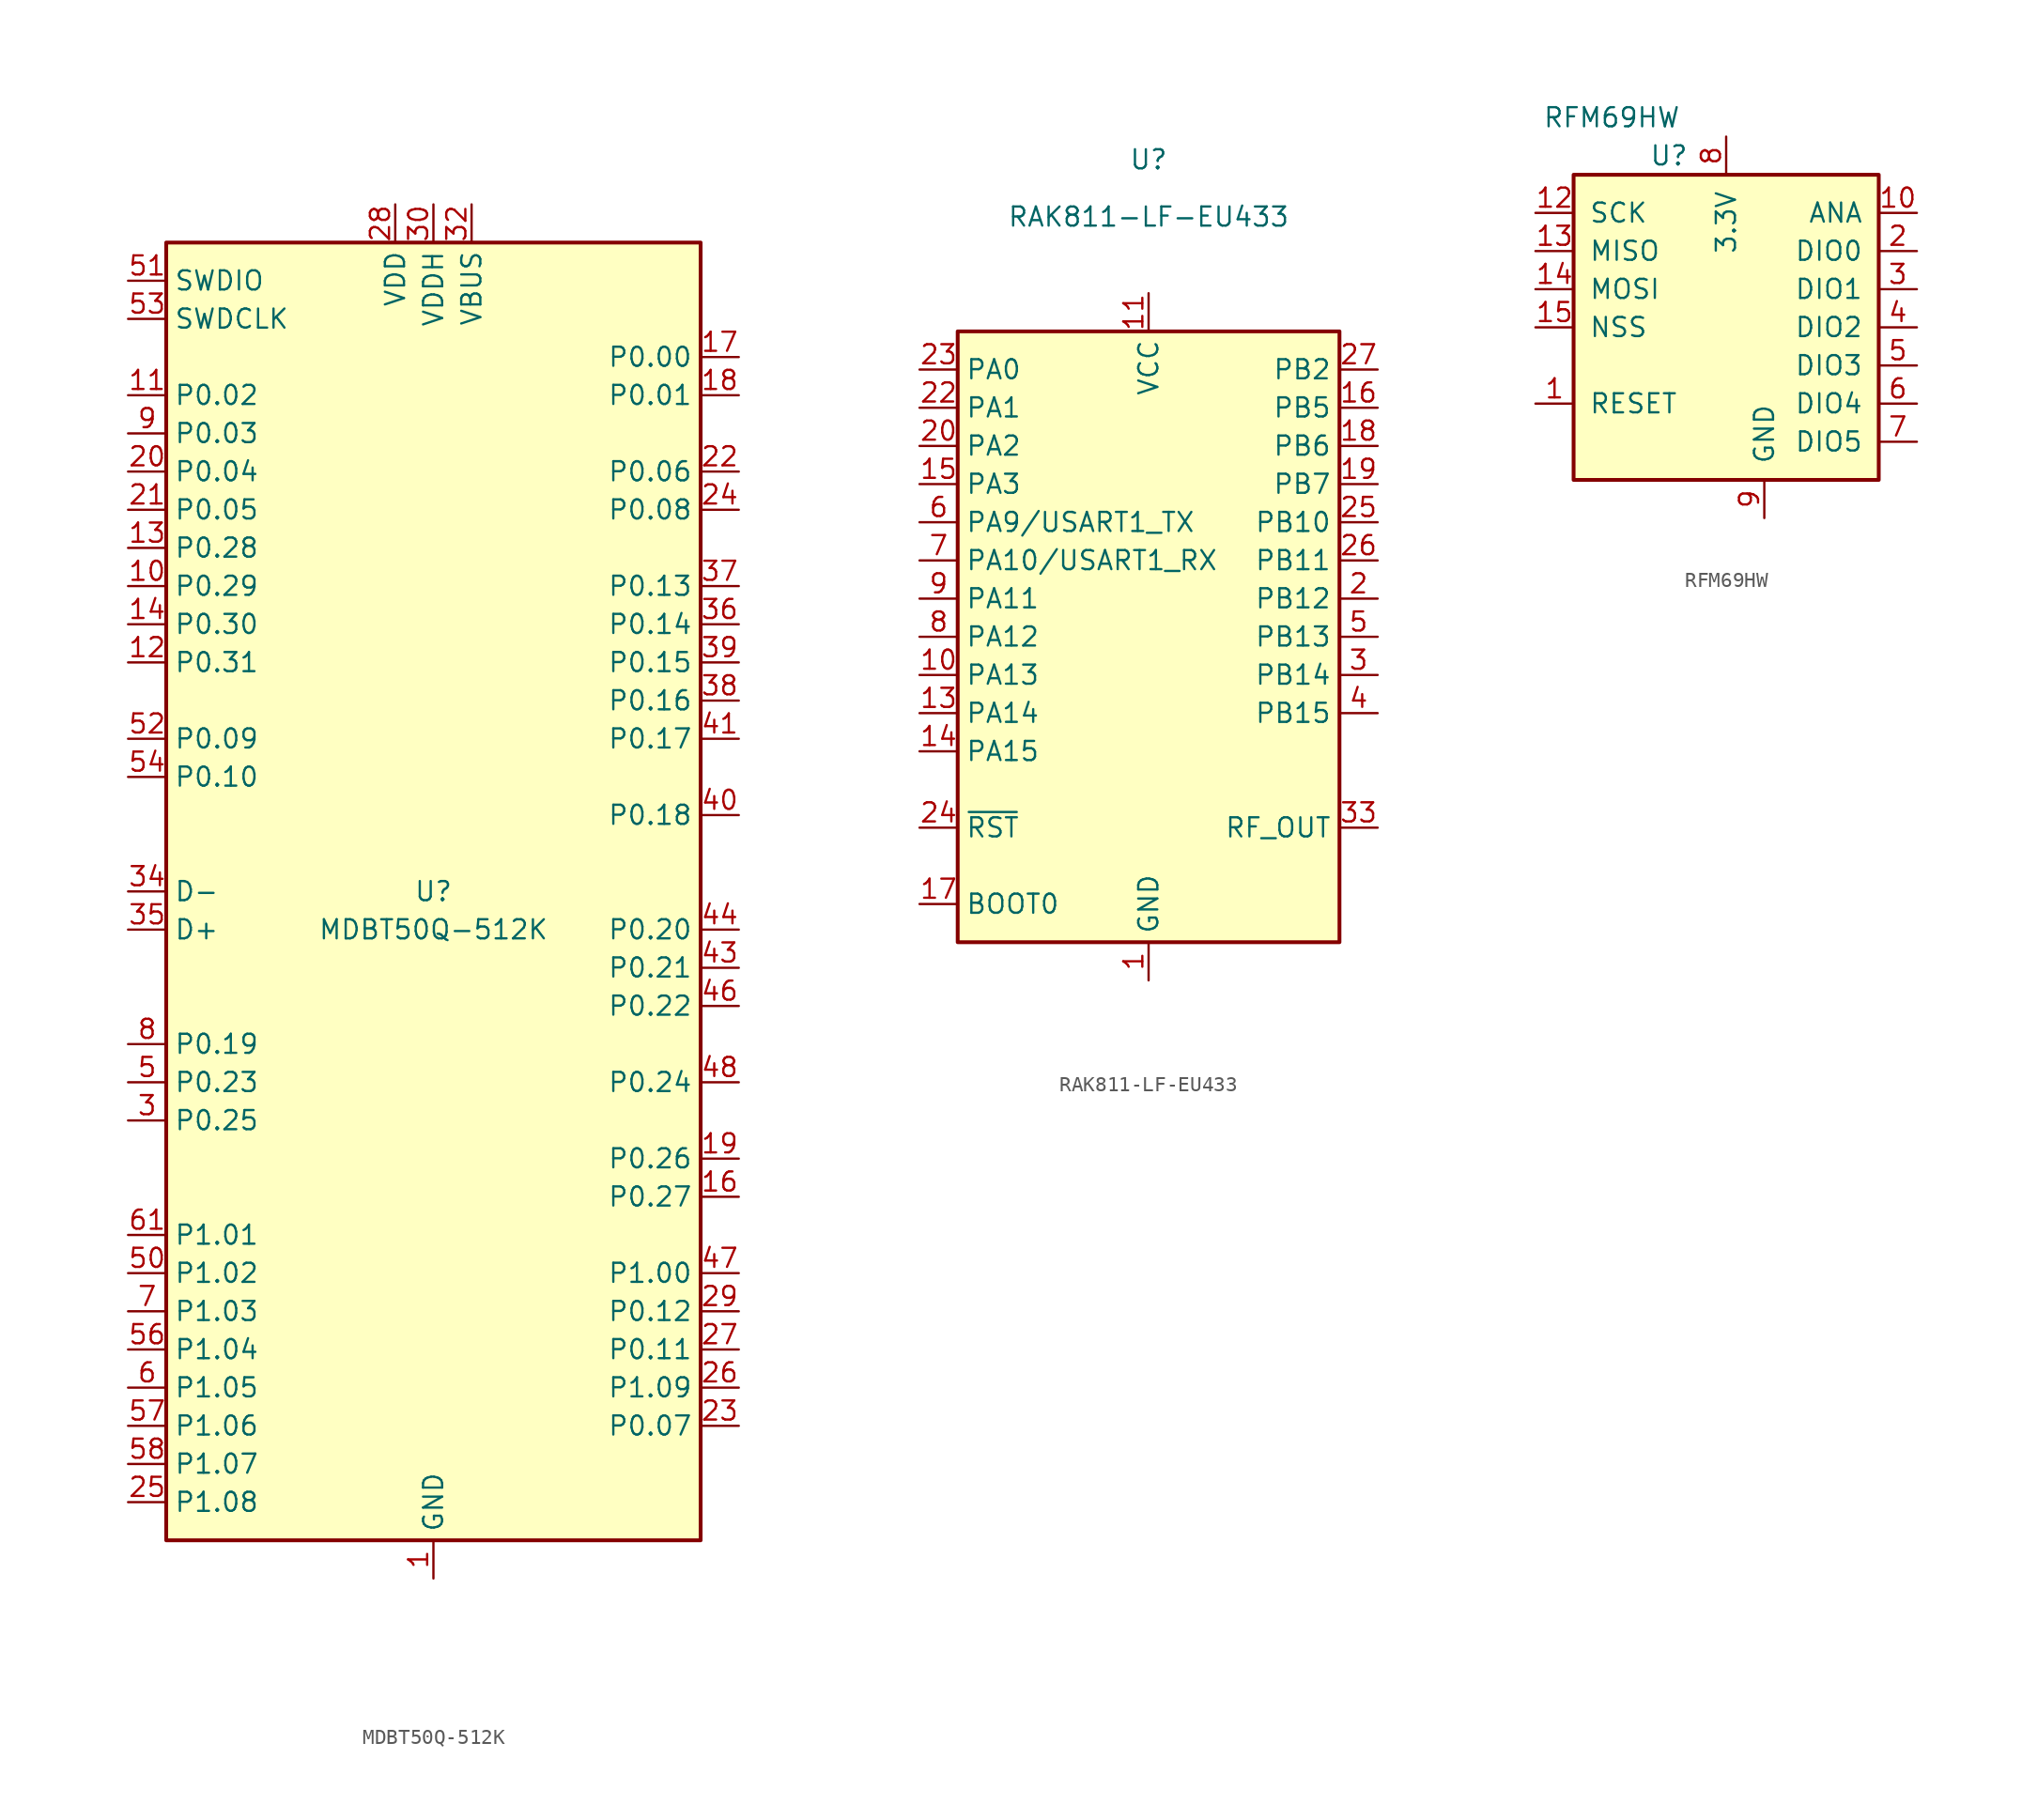
<source format=kicad_sym>
(kicad_symbol_lib
  (version 20231120)
  (generator "kicad_symbol_editor")
  (generator_version "8.0")
  (symbol "MDBT50Q-512K"
    (property "Reference" "U"
      (at 0 0 0)
      (effects (font (size 1.27 1.27))))
    (property "Value" "MDBT50Q-512K"
      (at 0 -2.54 0)
      (effects (font (size 1.27 1.27))))
    (symbol "MDBT50Q-512K_0_1"
      (rectangle (start -17.78 43.18) (end 17.78 -43.18) (stroke (width 0.254) (type default)) (fill (type background))))
    (symbol "MDBT50Q-512K_1_1"
      (pin power_in line (at 0 -45.72 90) (length 2.54) (name "GND" (effects (font (size 1.27 1.27)))) (number "1" (effects (font (size 1.27 1.27)))))
      (pin bidirectional line (at -20.32 20.32 0) (length 2.54) (name "P0.29" (effects (font (size 1.27 1.27)))) (number "10" (effects (font (size 1.27 1.27)))) (alternate "AIN5" input line))
      (pin bidirectional line (at -20.32 33.02 0) (length 2.54) (name "P0.02" (effects (font (size 1.27 1.27)))) (number "11" (effects (font (size 1.27 1.27)))) (alternate "AIN0" input line))
      (pin bidirectional line (at -20.32 15.24 0) (length 2.54) (name "P0.31" (effects (font (size 1.27 1.27)))) (number "12" (effects (font (size 1.27 1.27)))) (alternate "AIN7" input line))
      (pin bidirectional line (at -20.32 22.86 0) (length 2.54) (name "P0.28" (effects (font (size 1.27 1.27)))) (number "13" (effects (font (size 1.27 1.27)))) (alternate "AIN4" input line))
      (pin bidirectional line (at -20.32 17.78 0) (length 2.54) (name "P0.30" (effects (font (size 1.27 1.27)))) (number "14" (effects (font (size 1.27 1.27)))) (alternate "AIN6" input line))
      (pin passive line (at 0 -45.72 90) (length 2.54) hide (name "GND" (effects (font (size 1.27 1.27)))) (number "15" (effects (font (size 1.27 1.27)))))
      (pin bidirectional line (at 20.32 -20.32 180) (length 2.54) (name "P0.27" (effects (font (size 1.27 1.27)))) (number "16" (effects (font (size 1.27 1.27)))))
      (pin bidirectional line (at 20.32 35.56 180) (length 2.54) (name "P0.00" (effects (font (size 1.27 1.27)))) (number "17" (effects (font (size 1.27 1.27)))) (alternate "XL1" input line))
      (pin bidirectional line (at 20.32 33.02 180) (length 2.54) (name "P0.01" (effects (font (size 1.27 1.27)))) (number "18" (effects (font (size 1.27 1.27)))) (alternate "XL2" input line))
      (pin bidirectional line (at 20.32 -17.78 180) (length 2.54) (name "P0.26" (effects (font (size 1.27 1.27)))) (number "19" (effects (font (size 1.27 1.27)))))
      (pin passive line (at 0 -45.72 90) (length 2.54) hide (name "GND" (effects (font (size 1.27 1.27)))) (number "2" (effects (font (size 1.27 1.27)))))
      (pin bidirectional line (at -20.32 27.94 0) (length 2.54) (name "P0.04" (effects (font (size 1.27 1.27)))) (number "20" (effects (font (size 1.27 1.27)))) (alternate "AIN2" input line))
      (pin bidirectional line (at -20.32 25.4 0) (length 2.54) (name "P0.05" (effects (font (size 1.27 1.27)))) (number "21" (effects (font (size 1.27 1.27)))) (alternate "AIN3" input line))
      (pin bidirectional line (at 20.32 27.94 180) (length 2.54) (name "P0.06" (effects (font (size 1.27 1.27)))) (number "22" (effects (font (size 1.27 1.27)))))
      (pin bidirectional line (at 20.32 -35.56 180) (length 2.54) (name "P0.07" (effects (font (size 1.27 1.27)))) (number "23" (effects (font (size 1.27 1.27)))) (alternate "TRACECLK" output line))
      (pin bidirectional line (at 20.32 25.4 180) (length 2.54) (name "P0.08" (effects (font (size 1.27 1.27)))) (number "24" (effects (font (size 1.27 1.27)))))
      (pin bidirectional line (at -20.32 -40.64 0) (length 2.54) (name "P1.08" (effects (font (size 1.27 1.27)))) (number "25" (effects (font (size 1.27 1.27)))))
      (pin bidirectional line (at 20.32 -33.02 180) (length 2.54) (name "P1.09" (effects (font (size 1.27 1.27)))) (number "26" (effects (font (size 1.27 1.27)))) (alternate "TRACEDATA3" output line))
      (pin bidirectional line (at 20.32 -30.48 180) (length 2.54) (name "P0.11" (effects (font (size 1.27 1.27)))) (number "27" (effects (font (size 1.27 1.27)))) (alternate "TRACEDATA2" output line))
      (pin power_in line (at -2.54 45.72 270) (length 2.54) (name "VDD" (effects (font (size 1.27 1.27)))) (number "28" (effects (font (size 1.27 1.27)))))
      (pin bidirectional line (at 20.32 -27.94 180) (length 2.54) (name "P0.12" (effects (font (size 1.27 1.27)))) (number "29" (effects (font (size 1.27 1.27)))) (alternate "TRACEDATA1" output line))
      (pin bidirectional line (at -20.32 -15.24 0) (length 2.54) (name "P0.25" (effects (font (size 1.27 1.27)))) (number "3" (effects (font (size 1.27 1.27)))))
      (pin power_in line (at 0 45.72 270) (length 2.54) (name "VDDH" (effects (font (size 1.27 1.27)))) (number "30" (effects (font (size 1.27 1.27)))))
      (pin no_connect line (at 5.08 43.18 270) (length 2.54) hide (name "NC" (effects (font (size 1.27 1.27)))) (number "31" (effects (font (size 1.27 1.27)))))
      (pin power_in line (at 2.54 45.72 270) (length 2.54) (name "VBUS" (effects (font (size 1.27 1.27)))) (number "32" (effects (font (size 1.27 1.27)))))
      (pin passive line (at 0 -45.72 90) (length 2.54) hide (name "GND" (effects (font (size 1.27 1.27)))) (number "33" (effects (font (size 1.27 1.27)))))
      (pin bidirectional line (at -20.32 0 0) (length 2.54) (name "D-" (effects (font (size 1.27 1.27)))) (number "34" (effects (font (size 1.27 1.27)))))
      (pin bidirectional line (at -20.32 -2.54 0) (length 2.54) (name "D+" (effects (font (size 1.27 1.27)))) (number "35" (effects (font (size 1.27 1.27)))))
      (pin bidirectional line (at 20.32 17.78 180) (length 2.54) (name "P0.14" (effects (font (size 1.27 1.27)))) (number "36" (effects (font (size 1.27 1.27)))))
      (pin bidirectional line (at 20.32 20.32 180) (length 2.54) (name "P0.13" (effects (font (size 1.27 1.27)))) (number "37" (effects (font (size 1.27 1.27)))))
      (pin bidirectional line (at 20.32 12.7 180) (length 2.54) (name "P0.16" (effects (font (size 1.27 1.27)))) (number "38" (effects (font (size 1.27 1.27)))))
      (pin bidirectional line (at 20.32 15.24 180) (length 2.54) (name "P0.15" (effects (font (size 1.27 1.27)))) (number "39" (effects (font (size 1.27 1.27)))))
      (pin no_connect line (at -17.78 -17.78 0) (length 2.54) hide (name "NC" (effects (font (size 1.27 1.27)))) (number "4" (effects (font (size 1.27 1.27)))))
      (pin bidirectional line (at 20.32 5.08 180) (length 2.54) (name "P0.18" (effects (font (size 1.27 1.27)))) (number "40" (effects (font (size 1.27 1.27)))) (alternate "~{RESET}" input line))
      (pin bidirectional line (at 20.32 10.16 180) (length 2.54) (name "P0.17" (effects (font (size 1.27 1.27)))) (number "41" (effects (font (size 1.27 1.27)))))
      (pin no_connect line (at 17.78 0 180) (length 2.54) hide (name "P0.19" (effects (font (size 1.27 1.27)))) (number "42" (effects (font (size 1.27 1.27)))))
      (pin bidirectional line (at 20.32 -5.08 180) (length 2.54) (name "P0.21" (effects (font (size 1.27 1.27)))) (number "43" (effects (font (size 1.27 1.27)))))
      (pin bidirectional line (at 20.32 -2.54 180) (length 2.54) (name "P0.20" (effects (font (size 1.27 1.27)))) (number "44" (effects (font (size 1.27 1.27)))))
      (pin no_connect line (at 17.78 -10.16 180) (length 2.54) hide (name "NC" (effects (font (size 1.27 1.27)))) (number "45" (effects (font (size 1.27 1.27)))))
      (pin bidirectional line (at 20.32 -7.62 180) (length 2.54) (name "P0.22" (effects (font (size 1.27 1.27)))) (number "46" (effects (font (size 1.27 1.27)))))
      (pin bidirectional line (at 20.32 -25.4 180) (length 2.54) (name "P1.00" (effects (font (size 1.27 1.27)))) (number "47" (effects (font (size 1.27 1.27)))) (alternate "TRACEDATA0" output line))
      (pin bidirectional line (at 20.32 -12.7 180) (length 2.54) (name "P0.24" (effects (font (size 1.27 1.27)))) (number "48" (effects (font (size 1.27 1.27)))))
      (pin no_connect line (at 17.78 -15.24 180) (length 2.54) hide (name "NC" (effects (font (size 1.27 1.27)))) (number "49" (effects (font (size 1.27 1.27)))))
      (pin bidirectional line (at -20.32 -12.7 0) (length 2.54) (name "P0.23" (effects (font (size 1.27 1.27)))) (number "5" (effects (font (size 1.27 1.27)))))
      (pin bidirectional line (at -20.32 -25.4 0) (length 2.54) (name "P1.02" (effects (font (size 1.27 1.27)))) (number "50" (effects (font (size 1.27 1.27)))))
      (pin bidirectional line (at -20.32 40.64 0) (length 2.54) (name "SWDIO" (effects (font (size 1.27 1.27)))) (number "51" (effects (font (size 1.27 1.27)))))
      (pin bidirectional line (at -20.32 10.16 0) (length 2.54) (name "P0.09" (effects (font (size 1.27 1.27)))) (number "52" (effects (font (size 1.27 1.27)))) (alternate "NFC1" input line))
      (pin input line (at -20.32 38.1 0) (length 2.54) (name "SWDCLK" (effects (font (size 1.27 1.27)))) (number "53" (effects (font (size 1.27 1.27)))))
      (pin bidirectional line (at -20.32 7.62 0) (length 2.54) (name "P0.10" (effects (font (size 1.27 1.27)))) (number "54" (effects (font (size 1.27 1.27)))) (alternate "NFC2" input line))
      (pin passive line (at 0 -45.72 90) (length 2.54) hide (name "GND" (effects (font (size 1.27 1.27)))) (number "55" (effects (font (size 1.27 1.27)))))
      (pin bidirectional line (at -20.32 -30.48 0) (length 2.54) (name "P1.04" (effects (font (size 1.27 1.27)))) (number "56" (effects (font (size 1.27 1.27)))))
      (pin bidirectional line (at -20.32 -35.56 0) (length 2.54) (name "P1.06" (effects (font (size 1.27 1.27)))) (number "57" (effects (font (size 1.27 1.27)))))
      (pin bidirectional line (at -20.32 -38.1 0) (length 2.54) (name "P1.07" (effects (font (size 1.27 1.27)))) (number "58" (effects (font (size 1.27 1.27)))))
      (pin no_connect line (at 17.78 38.1 180) (length 2.54) hide (name "NC" (effects (font (size 1.27 1.27)))) (number "59" (effects (font (size 1.27 1.27)))))
      (pin bidirectional line (at -20.32 -33.02 0) (length 2.54) (name "P1.05" (effects (font (size 1.27 1.27)))) (number "6" (effects (font (size 1.27 1.27)))))
      (pin no_connect line (at 17.78 40.64 180) (length 2.54) hide (name "NC" (effects (font (size 1.27 1.27)))) (number "60" (effects (font (size 1.27 1.27)))))
      (pin bidirectional line (at -20.32 -22.86 0) (length 2.54) (name "P1.01" (effects (font (size 1.27 1.27)))) (number "61" (effects (font (size 1.27 1.27)))))
      (pin bidirectional line (at -20.32 -27.94 0) (length 2.54) (name "P1.03" (effects (font (size 1.27 1.27)))) (number "7" (effects (font (size 1.27 1.27)))))
      (pin bidirectional line (at -20.32 -10.16 0) (length 2.54) (name "P0.19" (effects (font (size 1.27 1.27)))) (number "8" (effects (font (size 1.27 1.27)))))
      (pin bidirectional line (at -20.32 30.48 0) (length 2.54) (name "P0.03" (effects (font (size 1.27 1.27)))) (number "9" (effects (font (size 1.27 1.27)))) (alternate "AIN1" input line))))
  (symbol "RAK811-LF-EU433"
    (property "Reference" "U"
      (at 0 31.75 0)
      (effects (font (size 1.27 1.27))))
    (property "Value" "RAK811-LF-EU433"
      (at 0 27.94 0)
      (effects (font (size 1.27 1.27))))
    (symbol "RAK811-LF-EU433_0_0"
      (pin power_in line (at 0 -22.86 90) (length 2.54) (name "GND" (effects (font (size 1.27 1.27)))) (number "1" (effects (font (size 1.27 1.27)))))
      (pin bidirectional line (at -15.24 -2.54 0) (length 2.54) (name "PA13" (effects (font (size 1.27 1.27)))) (number "10" (effects (font (size 1.27 1.27)))))
      (pin power_in line (at 0 22.86 270) (length 2.54) (name "VCC" (effects (font (size 1.27 1.27)))) (number "11" (effects (font (size 1.27 1.27)))))
      (pin passive line (at 0 -22.86 90) (length 2.54) hide (name "GND" (effects (font (size 1.27 1.27)))) (number "12" (effects (font (size 1.27 1.27)))))
      (pin bidirectional line (at -15.24 -5.08 0) (length 2.54) (name "PA14" (effects (font (size 1.27 1.27)))) (number "13" (effects (font (size 1.27 1.27)))))
      (pin bidirectional line (at -15.24 -7.62 0) (length 2.54) (name "PA15" (effects (font (size 1.27 1.27)))) (number "14" (effects (font (size 1.27 1.27)))))
      (pin bidirectional line (at -15.24 10.16 0) (length 2.54) (name "PA3" (effects (font (size 1.27 1.27)))) (number "15" (effects (font (size 1.27 1.27)))))
      (pin bidirectional line (at 15.24 15.24 180) (length 2.54) (name "PB5" (effects (font (size 1.27 1.27)))) (number "16" (effects (font (size 1.27 1.27)))))
      (pin input line (at -15.24 -17.78 0) (length 2.54) (name "BOOT0" (effects (font (size 1.27 1.27)))) (number "17" (effects (font (size 1.27 1.27)))))
      (pin bidirectional line (at 15.24 12.7 180) (length 2.54) (name "PB6" (effects (font (size 1.27 1.27)))) (number "18" (effects (font (size 1.27 1.27)))))
      (pin bidirectional line (at 15.24 10.16 180) (length 2.54) (name "PB7" (effects (font (size 1.27 1.27)))) (number "19" (effects (font (size 1.27 1.27)))))
      (pin bidirectional line (at 15.24 2.54 180) (length 2.54) (name "PB12" (effects (font (size 1.27 1.27)))) (number "2" (effects (font (size 1.27 1.27)))))
      (pin bidirectional line (at -15.24 12.7 0) (length 2.54) (name "PA2" (effects (font (size 1.27 1.27)))) (number "20" (effects (font (size 1.27 1.27)))))
      (pin passive line (at 0 -22.86 90) (length 2.54) hide (name "GND" (effects (font (size 1.27 1.27)))) (number "21" (effects (font (size 1.27 1.27)))))
      (pin bidirectional line (at -15.24 15.24 0) (length 2.54) (name "PA1" (effects (font (size 1.27 1.27)))) (number "22" (effects (font (size 1.27 1.27)))))
      (pin bidirectional line (at -15.24 17.78 0) (length 2.54) (name "PA0" (effects (font (size 1.27 1.27)))) (number "23" (effects (font (size 1.27 1.27)))))
      (pin input line (at -15.24 -12.7 0) (length 2.54) (name "~{RST}" (effects (font (size 1.27 1.27)))) (number "24" (effects (font (size 1.27 1.27)))))
      (pin bidirectional line (at 15.24 7.62 180) (length 2.54) (name "PB10" (effects (font (size 1.27 1.27)))) (number "25" (effects (font (size 1.27 1.27)))))
      (pin bidirectional line (at 15.24 5.08 180) (length 2.54) (name "PB11" (effects (font (size 1.27 1.27)))) (number "26" (effects (font (size 1.27 1.27)))))
      (pin bidirectional line (at 15.24 17.78 180) (length 2.54) (name "PB2" (effects (font (size 1.27 1.27)))) (number "27" (effects (font (size 1.27 1.27)))))
      (pin passive line (at 0 -22.86 90) (length 2.54) hide (name "GND" (effects (font (size 1.27 1.27)))) (number "28" (effects (font (size 1.27 1.27)))))
      (pin passive line (at 0 -22.86 90) (length 2.54) hide (name "GND" (effects (font (size 1.27 1.27)))) (number "29" (effects (font (size 1.27 1.27)))))
      (pin bidirectional line (at 15.24 -2.54 180) (length 2.54) (name "PB14" (effects (font (size 1.27 1.27)))) (number "3" (effects (font (size 1.27 1.27)))))
      (pin passive line (at 0 -22.86 90) (length 2.54) hide (name "GND" (effects (font (size 1.27 1.27)))) (number "30" (effects (font (size 1.27 1.27)))))
      (pin passive line (at 0 -22.86 90) (length 2.54) hide (name "GND" (effects (font (size 1.27 1.27)))) (number "31" (effects (font (size 1.27 1.27)))))
      (pin passive line (at 0 -22.86 90) (length 2.54) hide (name "GND" (effects (font (size 1.27 1.27)))) (number "32" (effects (font (size 1.27 1.27)))))
      (pin passive line (at 15.24 -12.7 180) (length 2.54) (name "RF_OUT" (effects (font (size 1.27 1.27)))) (number "33" (effects (font (size 1.27 1.27)))))
      (pin passive line (at 0 -22.86 90) (length 2.54) hide (name "GND" (effects (font (size 1.27 1.27)))) (number "34" (effects (font (size 1.27 1.27)))))
      (pin bidirectional line (at 15.24 -5.08 180) (length 2.54) (name "PB15" (effects (font (size 1.27 1.27)))) (number "4" (effects (font (size 1.27 1.27)))))
      (pin bidirectional line (at 15.24 0 180) (length 2.54) (name "PB13" (effects (font (size 1.27 1.27)))) (number "5" (effects (font (size 1.27 1.27)))))
      (pin bidirectional line (at -15.24 7.62 0) (length 2.54) (name "PA9/USART1_TX" (effects (font (size 1.27 1.27)))) (number "6" (effects (font (size 1.27 1.27)))))
      (pin bidirectional line (at -15.24 5.08 0) (length 2.54) (name "PA10/USART1_RX" (effects (font (size 1.27 1.27)))) (number "7" (effects (font (size 1.27 1.27)))))
      (pin bidirectional line (at -15.24 0 0) (length 2.54) (name "PA12" (effects (font (size 1.27 1.27)))) (number "8" (effects (font (size 1.27 1.27)))))
      (pin bidirectional line (at -15.24 2.54 0) (length 2.54) (name "PA11" (effects (font (size 1.27 1.27)))) (number "9" (effects (font (size 1.27 1.27))))))
    (symbol "RAK811-LF-EU433_0_1"
      (rectangle (start 12.7 -20.32) (end -12.7 20.32) (stroke (width 0.254) (type default)) (fill (type background)))))
  (symbol "RFM69HW"
    (pin_names
      (offset 1.016))
    (property "Reference" "U"
      (at -3.81 11.43 0)
      (effects (font (size 1.27 1.27))))
    (property "Value" "RFM69HW"
      (at -7.62 13.97 0)
      (effects (font (size 1.27 1.27))))
    (symbol "RFM69HW_0_1"
      (rectangle (start -10.16 10.16) (end 10.16 -10.16) (stroke (width 0.254) (type default)) (fill (type background))))
    (symbol "RFM69HW_1_1"
      (pin input line (at -12.7 -5.08 0) (length 2.54) (name "RESET" (effects (font (size 1.27 1.27)))) (number "1" (effects (font (size 1.27 1.27)))))
      (pin output line (at 12.7 7.62 180) (length 2.54) (name "ANA" (effects (font (size 1.27 1.27)))) (number "10" (effects (font (size 1.27 1.27)))))
      (pin passive line (at 2.54 -12.7 90) (length 2.54) hide (name "GND" (effects (font (size 1.27 1.27)))) (number "11" (effects (font (size 1.27 1.27)))))
      (pin input line (at -12.7 7.62 0) (length 2.54) (name "SCK" (effects (font (size 1.27 1.27)))) (number "12" (effects (font (size 1.27 1.27)))))
      (pin output line (at -12.7 5.08 0) (length 2.54) (name "MISO" (effects (font (size 1.27 1.27)))) (number "13" (effects (font (size 1.27 1.27)))))
      (pin input line (at -12.7 2.54 0) (length 2.54) (name "MOSI" (effects (font (size 1.27 1.27)))) (number "14" (effects (font (size 1.27 1.27)))))
      (pin input line (at -12.7 0 0) (length 2.54) (name "NSS" (effects (font (size 1.27 1.27)))) (number "15" (effects (font (size 1.27 1.27)))))
      (pin no_connect line (at -2.54 -10.16 90) (length 2.54) hide (name "NC" (effects (font (size 1.27 1.27)))) (number "16" (effects (font (size 1.27 1.27)))))
      (pin bidirectional line (at 12.7 5.08 180) (length 2.54) (name "DIO0" (effects (font (size 1.27 1.27)))) (number "2" (effects (font (size 1.27 1.27)))))
      (pin bidirectional line (at 12.7 2.54 180) (length 2.54) (name "DIO1" (effects (font (size 1.27 1.27)))) (number "3" (effects (font (size 1.27 1.27)))))
      (pin bidirectional line (at 12.7 0 180) (length 2.54) (name "DIO2" (effects (font (size 1.27 1.27)))) (number "4" (effects (font (size 1.27 1.27)))))
      (pin bidirectional line (at 12.7 -2.54 180) (length 2.54) (name "DIO3" (effects (font (size 1.27 1.27)))) (number "5" (effects (font (size 1.27 1.27)))))
      (pin bidirectional line (at 12.7 -5.08 180) (length 2.54) (name "DIO4" (effects (font (size 1.27 1.27)))) (number "6" (effects (font (size 1.27 1.27)))))
      (pin bidirectional line (at 12.7 -7.62 180) (length 2.54) (name "DIO5" (effects (font (size 1.27 1.27)))) (number "7" (effects (font (size 1.27 1.27)))))
      (pin power_in line (at 0 12.7 270) (length 2.54) (name "3.3V" (effects (font (size 1.27 1.27)))) (number "8" (effects (font (size 1.27 1.27)))))
      (pin power_in line (at 2.54 -12.7 90) (length 2.54) (name "GND" (effects (font (size 1.27 1.27)))) (number "9" (effects (font (size 1.27 1.27))))))))
</source>
